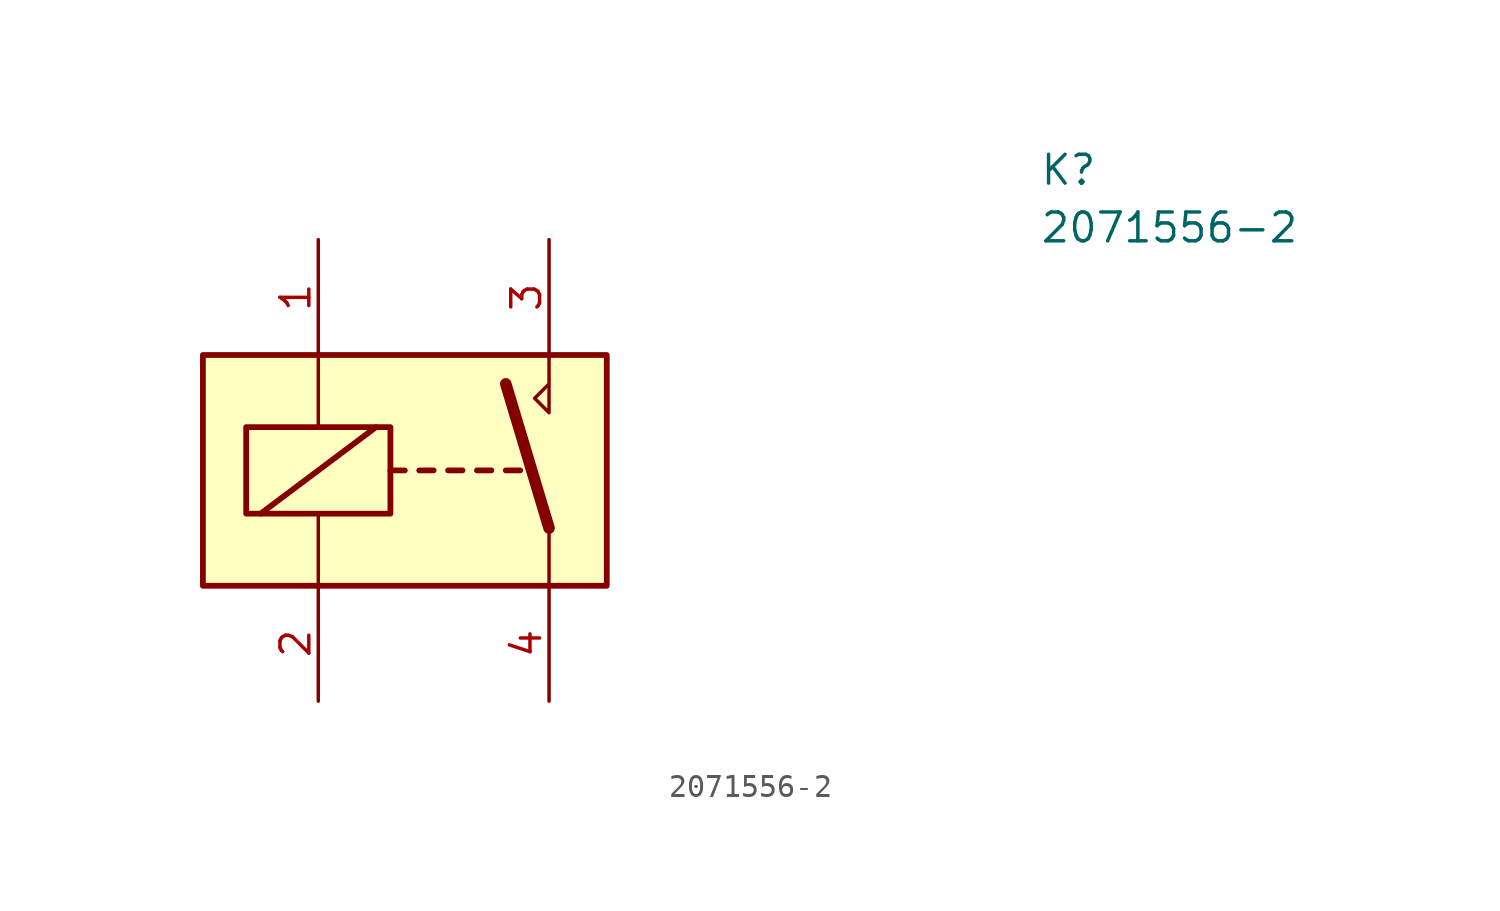
<source format=kicad_sym>
(kicad_symbol_lib
  (version 20241209)
  (generator "kicad_symbol_editor")
  (generator_version "9.0")
  (symbol "2071556-2"
    (pin_names
      (offset 0)
      (hide yes))
    (property "Reference" "K"
      (at 26.67 7.62 0)
      (effects (font (size 1.27 1.27)) (justify left top)))
    (property "Value" "2071556-2"
      (at 26.67 5.08 0)
      (effects (font (size 1.27 1.27)) (justify left top)))
    (symbol "2071556-2_0_0"
      (polyline (pts (xy 5.08 -1.27) (xy 5.08 -3.81) (xy 4.445 -3.175) (xy 5.08 -2.54)) (stroke (width 0) (type default)) (fill (type none))))
    (symbol "2071556-2_0_1"
      (rectangle (start -10.16 -1.27) (end 7.62 -11.43) (stroke (width 0.254) (type default)) (fill (type background)))
      (rectangle (start -8.255 -4.445) (end -1.905 -8.255) (stroke (width 0.254) (type default)) (fill (type none)))
      (polyline (pts (xy -7.62 -8.255) (xy -2.54 -4.445)) (stroke (width 0.254) (type default)) (fill (type none)))
      (polyline (pts (xy -5.08 -1.27) (xy -5.08 -4.445)) (stroke (width 0) (type default)) (fill (type none)))
      (polyline (pts (xy -5.08 -11.43) (xy -5.08 -8.255)) (stroke (width 0) (type default)) (fill (type none)))
      (polyline (pts (xy -1.905 -6.35) (xy -1.27 -6.35)) (stroke (width 0.254) (type default)) (fill (type none)))
      (polyline (pts (xy -0.635 -6.35) (xy 0 -6.35)) (stroke (width 0.254) (type default)) (fill (type none)))
      (polyline (pts (xy 0.635 -6.35) (xy 1.27 -6.35)) (stroke (width 0.254) (type default)) (fill (type none)))
      (polyline (pts (xy 1.905 -6.35) (xy 2.54 -6.35)) (stroke (width 0.254) (type default)) (fill (type none)))
      (polyline (pts (xy 3.175 -6.35) (xy 3.81 -6.35)) (stroke (width 0.254) (type default)) (fill (type none)))
      (polyline (pts (xy 5.08 -8.89) (xy 3.175 -2.54)) (stroke (width 0.508) (type default)) (fill (type none)))
      (polyline (pts (xy 5.08 -8.89) (xy 5.08 -11.43)) (stroke (width 0) (type default)) (fill (type none))))
    (symbol "2071556-2_1_1"
      (pin passive line (at -5.08 3.81 270) (length 5.08) (name "COIL_1" (effects (font (size 1.27 1.27)))) (number "1" (effects (font (size 1.27 1.27)))))
      (pin passive line (at -5.08 -16.51 90) (length 5.08) (name "COIL_2" (effects (font (size 1.27 1.27)))) (number "2" (effects (font (size 1.27 1.27)))))
      (pin passive line (at 5.08 3.81 270) (length 5.08) (name "COM" (effects (font (size 1.27 1.27)))) (number "3" (effects (font (size 1.27 1.27)))))
      (pin passive line (at 5.08 -16.51 90) (length 5.08) (name "NO" (effects (font (size 1.27 1.27)))) (number "4" (effects (font (size 1.27 1.27))))))))
</source>
